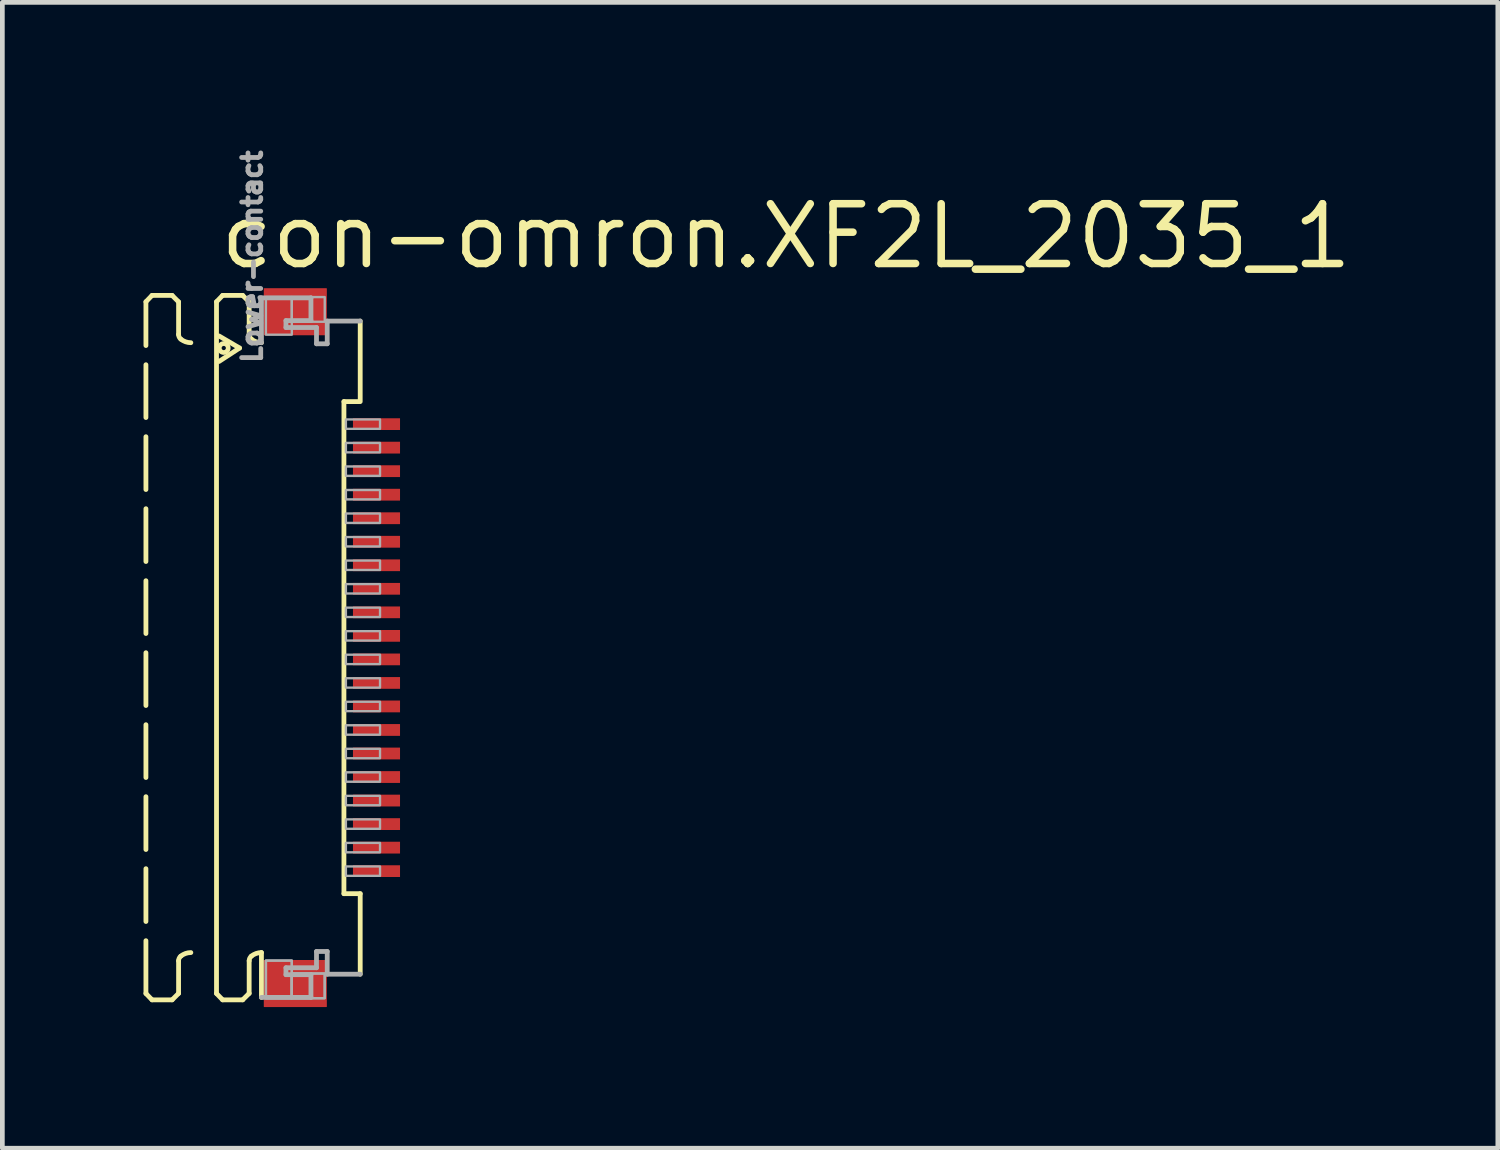
<source format=kicad_pcb>
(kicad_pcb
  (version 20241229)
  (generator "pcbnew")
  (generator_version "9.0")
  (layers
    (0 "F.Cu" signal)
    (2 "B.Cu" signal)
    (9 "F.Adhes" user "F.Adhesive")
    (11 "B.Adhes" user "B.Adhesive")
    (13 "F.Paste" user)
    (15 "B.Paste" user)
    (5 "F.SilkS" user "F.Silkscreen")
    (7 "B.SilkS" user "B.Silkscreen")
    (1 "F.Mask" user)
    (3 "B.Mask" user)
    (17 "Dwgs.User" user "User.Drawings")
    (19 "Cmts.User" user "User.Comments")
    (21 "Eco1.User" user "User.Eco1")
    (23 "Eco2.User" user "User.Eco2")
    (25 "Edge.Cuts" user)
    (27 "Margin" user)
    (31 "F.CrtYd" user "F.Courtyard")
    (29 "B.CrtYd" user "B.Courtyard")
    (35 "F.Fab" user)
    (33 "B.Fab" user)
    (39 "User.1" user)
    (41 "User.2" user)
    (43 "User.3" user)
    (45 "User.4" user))
  (footprint "con-omron.XF2L_2035_1"
    (layer "F.Cu")
    (at 3.046 10.713)
    (property "Reference" "con-omron.XF2L_2035_1" (at -1.5 -8 0) (layer "F.SilkS") (effects (font (size 1.27 1.27) (thickness 0.16)) (justify left bottom)))
    (attr smd)
    (fp_rect (start 1.355 -4.575) (end 2.455 -4.925) (stroke (width 0.05) (type default)) (fill yes) (layer "F.Mask"))
    (fp_rect (start 1.355 -4.075) (end 2.455 -4.425) (stroke (width 0.05) (type default)) (fill yes) (layer "F.Mask"))
    (fp_rect (start 1.355 -3.575) (end 2.455 -3.925) (stroke (width 0.05) (type default)) (fill yes) (layer "F.Mask"))
    (fp_rect (start 1.355 -3.075) (end 2.455 -3.425) (stroke (width 0.05) (type default)) (fill yes) (layer "F.Mask"))
    (fp_rect (start 1.355 -2.575) (end 2.455 -2.925) (stroke (width 0.05) (type default)) (fill yes) (layer "F.Mask"))
    (fp_rect (start 1.355 -2.075) (end 2.455 -2.425) (stroke (width 0.05) (type default)) (fill yes) (layer "F.Mask"))
    (fp_rect (start 1.355 -1.575) (end 2.455 -1.925) (stroke (width 0.05) (type default)) (fill yes) (layer "F.Mask"))
    (fp_rect (start 1.355 -1.075) (end 2.455 -1.425) (stroke (width 0.05) (type default)) (fill yes) (layer "F.Mask"))
    (fp_rect (start 1.355 -0.575) (end 2.455 -0.925) (stroke (width 0.05) (type default)) (fill yes) (layer "F.Mask"))
    (fp_rect (start 1.355 -0.075) (end 2.455 -0.425) (stroke (width 0.05) (type default)) (fill yes) (layer "F.Mask"))
    (fp_rect (start 1.355 0.425) (end 2.455 0.075) (stroke (width 0.05) (type default)) (fill yes) (layer "F.Mask"))
    (fp_rect (start 1.355 0.925) (end 2.455 0.575) (stroke (width 0.05) (type default)) (fill yes) (layer "F.Mask"))
    (fp_rect (start 1.355 1.425) (end 2.455 1.075) (stroke (width 0.05) (type default)) (fill yes) (layer "F.Mask"))
    (fp_rect (start 1.355 1.925) (end 2.455 1.575) (stroke (width 0.05) (type default)) (fill yes) (layer "F.Mask"))
    (fp_rect (start 1.355 2.425) (end 2.455 2.075) (stroke (width 0.05) (type default)) (fill yes) (layer "F.Mask"))
    (fp_rect (start 1.355 2.925) (end 2.455 2.575) (stroke (width 0.05) (type default)) (fill yes) (layer "F.Mask"))
    (fp_rect (start 1.355 3.425) (end 2.455 3.075) (stroke (width 0.05) (type default)) (fill yes) (layer "F.Mask"))
    (fp_rect (start 1.355 3.925) (end 2.455 3.575) (stroke (width 0.05) (type default)) (fill yes) (layer "F.Mask"))
    (fp_rect (start 1.355 4.425) (end 2.455 4.075) (stroke (width 0.05) (type default)) (fill yes) (layer "F.Mask"))
    (fp_rect (start 1.355 4.925) (end 2.455 4.575) (stroke (width 0.05) (type default)) (fill yes) (layer "F.Mask"))
    (fp_line (start -2.995 -7.35) (end -2.865 -7.485) (stroke (width 0.102) (type default)) (layer "F.SilkS"))
    (fp_line (start -2.995 7.35) (end -2.995 -7.35) (stroke (width 0.102) (type dash)) (layer "F.SilkS"))
    (fp_line (start -2.995 7.35) (end -2.865 7.485) (stroke (width 0.102) (type default)) (layer "F.SilkS"))
    (fp_line (start -2.865 -7.485) (end -2.438 -7.485) (stroke (width 0.102) (type dash)) (layer "F.SilkS"))
    (fp_line (start -2.865 7.485) (end -2.438 7.485) (stroke (width 0.102) (type dash)) (layer "F.SilkS"))
    (fp_line (start -2.438 -7.485) (end -2.301 -7.348) (stroke (width 0.102) (type default)) (layer "F.SilkS"))
    (fp_line (start -2.438 7.485) (end -2.301 7.348) (stroke (width 0.102) (type default)) (layer "F.SilkS"))
    (fp_line (start -2.301 -7.348) (end -2.301 -6.656) (stroke (width 0.102) (type dash)) (layer "F.SilkS"))
    (fp_line (start -2.301 7.348) (end -2.301 6.656) (stroke (width 0.102) (type dash)) (layer "F.SilkS"))
    (fp_line (start -1.495 -7.35) (end -1.365 -7.485) (stroke (width 0.102) (type default)) (layer "F.SilkS"))
    (fp_line (start -1.495 7.35) (end -1.495 -7.35) (stroke (width 0.102) (type default)) (layer "F.SilkS"))
    (fp_line (start -1.495 7.35) (end -1.365 7.485) (stroke (width 0.102) (type default)) (layer "F.SilkS"))
    (fp_line (start -1.441 -6.623) (end -1.005 -6.367) (stroke (width 0.102) (type default)) (layer "F.SilkS"))
    (fp_line (start -1.365 -7.485) (end -0.939 -7.485) (stroke (width 0.102) (type default)) (layer "F.SilkS"))
    (fp_line (start -1.365 7.485) (end -0.939 7.485) (stroke (width 0.102) (type default)) (layer "F.SilkS"))
    (fp_line (start -1.005 -6.367) (end -1.441 -6.082) (stroke (width 0.102) (type default)) (layer "F.SilkS"))
    (fp_line (start -0.939 -7.485) (end -0.801 -7.348) (stroke (width 0.102) (type default)) (layer "F.SilkS"))
    (fp_line (start -0.939 7.485) (end -0.801 7.348) (stroke (width 0.102) (type default)) (layer "F.SilkS"))
    (fp_line (start -0.801 -7.348) (end -0.801 -6.656) (stroke (width 0.102) (type default)) (layer "F.SilkS"))
    (fp_line (start -0.801 7.348) (end -0.801 6.656) (stroke (width 0.102) (type default)) (layer "F.SilkS"))
    (fp_line (start -0.54 6.48) (end -0.54 7.433) (stroke (width 0.102) (type default)) (layer "F.SilkS"))
    (fp_line (start 1.213 5.229) (end 1.213 -5.229) (stroke (width 0.102) (type default)) (layer "F.SilkS"))
    (fp_line (start 1.538 -5.229) (end 1.213 -5.229) (stroke (width 0.102) (type default)) (layer "F.SilkS"))
    (fp_line (start 1.559 -6.94) (end 1.559 -5.229) (stroke (width 0.102) (type default)) (layer "F.SilkS"))
    (fp_line (start 1.559 5.229) (end 1.213 5.229) (stroke (width 0.102) (type default)) (layer "F.SilkS"))
    (fp_line (start 1.559 6.94) (end 1.559 5.229) (stroke (width 0.102) (type default)) (layer "F.SilkS"))
    (fp_arc (start -2.301 6.6557) (mid -2.288538 6.600596) (end -2.2536 6.5562) (stroke (width 0.1016) (type default)) (layer "F.SilkS"))
    (fp_arc (start -2.2536 -6.5562) (mid -2.288538 -6.600596) (end -2.301 -6.6557) (stroke (width 0.1016) (type default)) (layer "F.SilkS"))
    (fp_arc (start -2.2536 6.5562) (mid -2.153476 6.499936) (end -2.0403 6.4804) (stroke (width 0.1016) (type default)) (layer "F.SilkS"))
    (fp_arc (start -2.0403 -6.4804) (mid -2.153476 -6.499936) (end -2.2536 -6.5562) (stroke (width 0.1016) (type default)) (layer "F.SilkS"))
    (fp_arc (start -0.801 6.6557) (mid -0.788538 6.600596) (end -0.7536 6.5562) (stroke (width 0.1016) (type default)) (layer "F.SilkS"))
    (fp_arc (start -0.7536 -6.5562) (mid -0.788538 -6.600596) (end -0.801 -6.6557) (stroke (width 0.1016) (type default)) (layer "F.SilkS"))
    (fp_arc (start -0.7536 6.5562) (mid -0.653476 6.499936) (end -0.5403 6.4804) (stroke (width 0.1016) (type default)) (layer "F.SilkS"))
    (fp_arc (start -0.5403 -6.4804) (mid -0.653476 -6.499936) (end -0.7536 -6.5562) (stroke (width 0.1016) (type default)) (layer "F.SilkS"))
    (fp_circle (center -1.341 -6.367) (end -1.246 -6.367) (stroke (width 0.1) (type default)) (fill no) (layer "F.SilkS"))
    (fp_line (start -0.54 -7.433) (end 0.512 -7.433) (stroke (width 0.102) (type default)) (layer "F.Fab"))
    (fp_line (start -0.54 -6.48) (end -0.54 -7.433) (stroke (width 0.102) (type default)) (layer "F.Fab"))
    (fp_line (start -0.54 7.433) (end 0.512 7.433) (stroke (width 0.102) (type default)) (layer "F.Fab"))
    (fp_line (start -0.019 -6.95) (end -0.019 -6.803) (stroke (width 0.102) (type default)) (layer "F.Fab"))
    (fp_line (start -0.019 -6.803) (end 0.63 -6.803) (stroke (width 0.102) (type default)) (layer "F.Fab"))
    (fp_line (start -0.019 6.803) (end 0.63 6.803) (stroke (width 0.102) (type default)) (layer "F.Fab"))
    (fp_line (start -0.019 6.95) (end -0.019 6.803) (stroke (width 0.102) (type default)) (layer "F.Fab"))
    (fp_line (start 0.512 -7.433) (end 0.512 -6.95) (stroke (width 0.102) (type default)) (layer "F.Fab"))
    (fp_line (start 0.512 -6.95) (end -0.019 -6.95) (stroke (width 0.102) (type default)) (layer "F.Fab"))
    (fp_line (start 0.512 6.95) (end -0.019 6.95) (stroke (width 0.102) (type default)) (layer "F.Fab"))
    (fp_line (start 0.512 7.433) (end 0.512 6.95) (stroke (width 0.102) (type default)) (layer "F.Fab"))
    (fp_line (start 0.63 -6.803) (end 0.63 -6.457) (stroke (width 0.102) (type default)) (layer "F.Fab"))
    (fp_line (start 0.63 -6.457) (end 0.858 -6.457) (stroke (width 0.102) (type default)) (layer "F.Fab"))
    (fp_line (start 0.63 6.457) (end 0.858 6.457) (stroke (width 0.102) (type default)) (layer "F.Fab"))
    (fp_line (start 0.63 6.803) (end 0.63 6.457) (stroke (width 0.102) (type default)) (layer "F.Fab"))
    (fp_line (start 0.858 -6.94) (end 1.559 -6.94) (stroke (width 0.102) (type default)) (layer "F.Fab"))
    (fp_line (start 0.858 -6.457) (end 0.858 -6.94) (stroke (width 0.102) (type default)) (layer "F.Fab"))
    (fp_line (start 0.858 6.457) (end 0.858 6.94) (stroke (width 0.102) (type default)) (layer "F.Fab"))
    (fp_line (start 0.858 6.94) (end 1.559 6.94) (stroke (width 0.102) (type default)) (layer "F.Fab"))
    (fp_rect (start -0.445 -6.65) (end 0.105 -7.45) (stroke (width 0.05) (type default)) (fill no) (layer "F.Fab"))
    (fp_rect (start -0.445 7.45) (end 0.105 6.65) (stroke (width 0.05) (type default)) (fill no) (layer "F.Fab"))
    (fp_rect (start -0.445 7.45) (end 0.105 6.65) (stroke (width 0.05) (type default)) (fill no) (layer "F.Fab"))
    (fp_rect (start 0.105 -6.925) (end 0.805 -7.45) (stroke (width 0.05) (type default)) (fill no) (layer "F.Fab"))
    (fp_rect (start 0.105 7.45) (end 0.805 6.925) (stroke (width 0.05) (type default)) (fill no) (layer "F.Fab"))
    (fp_rect (start 0.105 7.45) (end 0.805 6.925) (stroke (width 0.05) (type default)) (fill no) (layer "F.Fab"))
    (fp_rect (start 1.255 -4.65) (end 1.98 -4.85) (stroke (width 0.05) (type default)) (fill no) (layer "F.Fab"))
    (fp_rect (start 1.255 -4.15) (end 1.98 -4.35) (stroke (width 0.05) (type default)) (fill no) (layer "F.Fab"))
    (fp_rect (start 1.255 -3.65) (end 1.98 -3.85) (stroke (width 0.05) (type default)) (fill no) (layer "F.Fab"))
    (fp_rect (start 1.255 -3.15) (end 1.98 -3.35) (stroke (width 0.05) (type default)) (fill no) (layer "F.Fab"))
    (fp_rect (start 1.255 -2.65) (end 1.98 -2.85) (stroke (width 0.05) (type default)) (fill no) (layer "F.Fab"))
    (fp_rect (start 1.255 -2.15) (end 1.98 -2.35) (stroke (width 0.05) (type default)) (fill no) (layer "F.Fab"))
    (fp_rect (start 1.255 -1.65) (end 1.98 -1.85) (stroke (width 0.05) (type default)) (fill no) (layer "F.Fab"))
    (fp_rect (start 1.255 -1.15) (end 1.98 -1.35) (stroke (width 0.05) (type default)) (fill no) (layer "F.Fab"))
    (fp_rect (start 1.255 -0.65) (end 1.98 -0.85) (stroke (width 0.05) (type default)) (fill no) (layer "F.Fab"))
    (fp_rect (start 1.255 -0.15) (end 1.98 -0.35) (stroke (width 0.05) (type default)) (fill no) (layer "F.Fab"))
    (fp_rect (start 1.255 0.35) (end 1.98 0.15) (stroke (width 0.05) (type default)) (fill no) (layer "F.Fab"))
    (fp_rect (start 1.255 0.85) (end 1.98 0.65) (stroke (width 0.05) (type default)) (fill no) (layer "F.Fab"))
    (fp_rect (start 1.255 1.35) (end 1.98 1.15) (stroke (width 0.05) (type default)) (fill no) (layer "F.Fab"))
    (fp_rect (start 1.255 1.85) (end 1.98 1.65) (stroke (width 0.05) (type default)) (fill no) (layer "F.Fab"))
    (fp_rect (start 1.255 2.35) (end 1.98 2.15) (stroke (width 0.05) (type default)) (fill no) (layer "F.Fab"))
    (fp_rect (start 1.255 2.85) (end 1.98 2.65) (stroke (width 0.05) (type default)) (fill no) (layer "F.Fab"))
    (fp_rect (start 1.255 3.35) (end 1.98 3.15) (stroke (width 0.05) (type default)) (fill no) (layer "F.Fab"))
    (fp_rect (start 1.255 3.85) (end 1.98 3.65) (stroke (width 0.05) (type default)) (fill no) (layer "F.Fab"))
    (fp_rect (start 1.255 4.35) (end 1.98 4.15) (stroke (width 0.05) (type default)) (fill no) (layer "F.Fab"))
    (fp_rect (start 1.255 4.85) (end 1.98 4.65) (stroke (width 0.05) (type default)) (fill no) (layer "F.Fab"))
    (fp_text user "Lower-contact" (at -0.5 -6 270) (layer "F.Fab") (effects (font (size 0.406 0.406) (thickness 0.15)) (justify left bottom)))
    (pad "1" smd roundrect (at 1.905 -4.75) (size 1 0.25) (layers "F.Cu" "F.Mask" "F.Paste") (roundrect_rratio 0.01))
    (pad "2" smd roundrect (at 1.905 -4.25) (size 1 0.25) (layers "F.Cu" "F.Mask" "F.Paste") (roundrect_rratio 0.01))
    (pad "3" smd roundrect (at 1.905 -3.75) (size 1 0.25) (layers "F.Cu" "F.Mask" "F.Paste") (roundrect_rratio 0.01))
    (pad "4" smd roundrect (at 1.905 -3.25) (size 1 0.25) (layers "F.Cu" "F.Mask" "F.Paste") (roundrect_rratio 0.01))
    (pad "5" smd roundrect (at 1.905 -2.75) (size 1 0.25) (layers "F.Cu" "F.Mask" "F.Paste") (roundrect_rratio 0.01))
    (pad "6" smd roundrect (at 1.905 -2.25) (size 1 0.25) (layers "F.Cu" "F.Mask" "F.Paste") (roundrect_rratio 0.01))
    (pad "7" smd roundrect (at 1.905 -1.75) (size 1 0.25) (layers "F.Cu" "F.Mask" "F.Paste") (roundrect_rratio 0.01))
    (pad "8" smd roundrect (at 1.905 -1.25) (size 1 0.25) (layers "F.Cu" "F.Mask" "F.Paste") (roundrect_rratio 0.01))
    (pad "9" smd roundrect (at 1.905 -0.75) (size 1 0.25) (layers "F.Cu" "F.Mask" "F.Paste") (roundrect_rratio 0.01))
    (pad "10" smd roundrect (at 1.905 -0.25) (size 1 0.25) (layers "F.Cu" "F.Mask" "F.Paste") (roundrect_rratio 0.01))
    (pad "11" smd roundrect (at 1.905 0.25) (size 1 0.25) (layers "F.Cu" "F.Mask" "F.Paste") (roundrect_rratio 0.01))
    (pad "12" smd roundrect (at 1.905 0.75) (size 1 0.25) (layers "F.Cu" "F.Mask" "F.Paste") (roundrect_rratio 0.01))
    (pad "13" smd roundrect (at 1.905 1.25) (size 1 0.25) (layers "F.Cu" "F.Mask" "F.Paste") (roundrect_rratio 0.01))
    (pad "14" smd roundrect (at 1.905 1.75) (size 1 0.25) (layers "F.Cu" "F.Mask" "F.Paste") (roundrect_rratio 0.01))
    (pad "15" smd roundrect (at 1.905 2.25) (size 1 0.25) (layers "F.Cu" "F.Mask" "F.Paste") (roundrect_rratio 0.01))
    (pad "16" smd roundrect (at 1.905 2.75) (size 1 0.25) (layers "F.Cu" "F.Mask" "F.Paste") (roundrect_rratio 0.01))
    (pad "17" smd roundrect (at 1.905 3.25) (size 1 0.25) (layers "F.Cu" "F.Mask" "F.Paste") (roundrect_rratio 0.01))
    (pad "18" smd roundrect (at 1.905 3.75) (size 1 0.25) (layers "F.Cu" "F.Mask" "F.Paste") (roundrect_rratio 0.01))
    (pad "19" smd roundrect (at 1.905 4.25) (size 1 0.25) (layers "F.Cu" "F.Mask" "F.Paste") (roundrect_rratio 0.01))
    (pad "20" smd roundrect (at 1.905 4.75) (size 1 0.25) (layers "F.Cu" "F.Mask" "F.Paste") (roundrect_rratio 0.01))
    (pad "M1" smd roundrect (at 0.18 -7.138) (size 1.34 1) (layers "F.Cu" "F.Mask" "F.Paste") (roundrect_rratio 0.01))
    (pad "M2" smd roundrect (at 0.18 7.138) (size 1.34 1) (layers "F.Cu" "F.Mask" "F.Paste") (roundrect_rratio 0.01)))
  (gr_rect
    (start -3 -3)
    (end 28.781 21.351)
    (stroke (width 0.1) (type default))
    (fill no)
    (layer "Edge.Cuts")))
</source>
